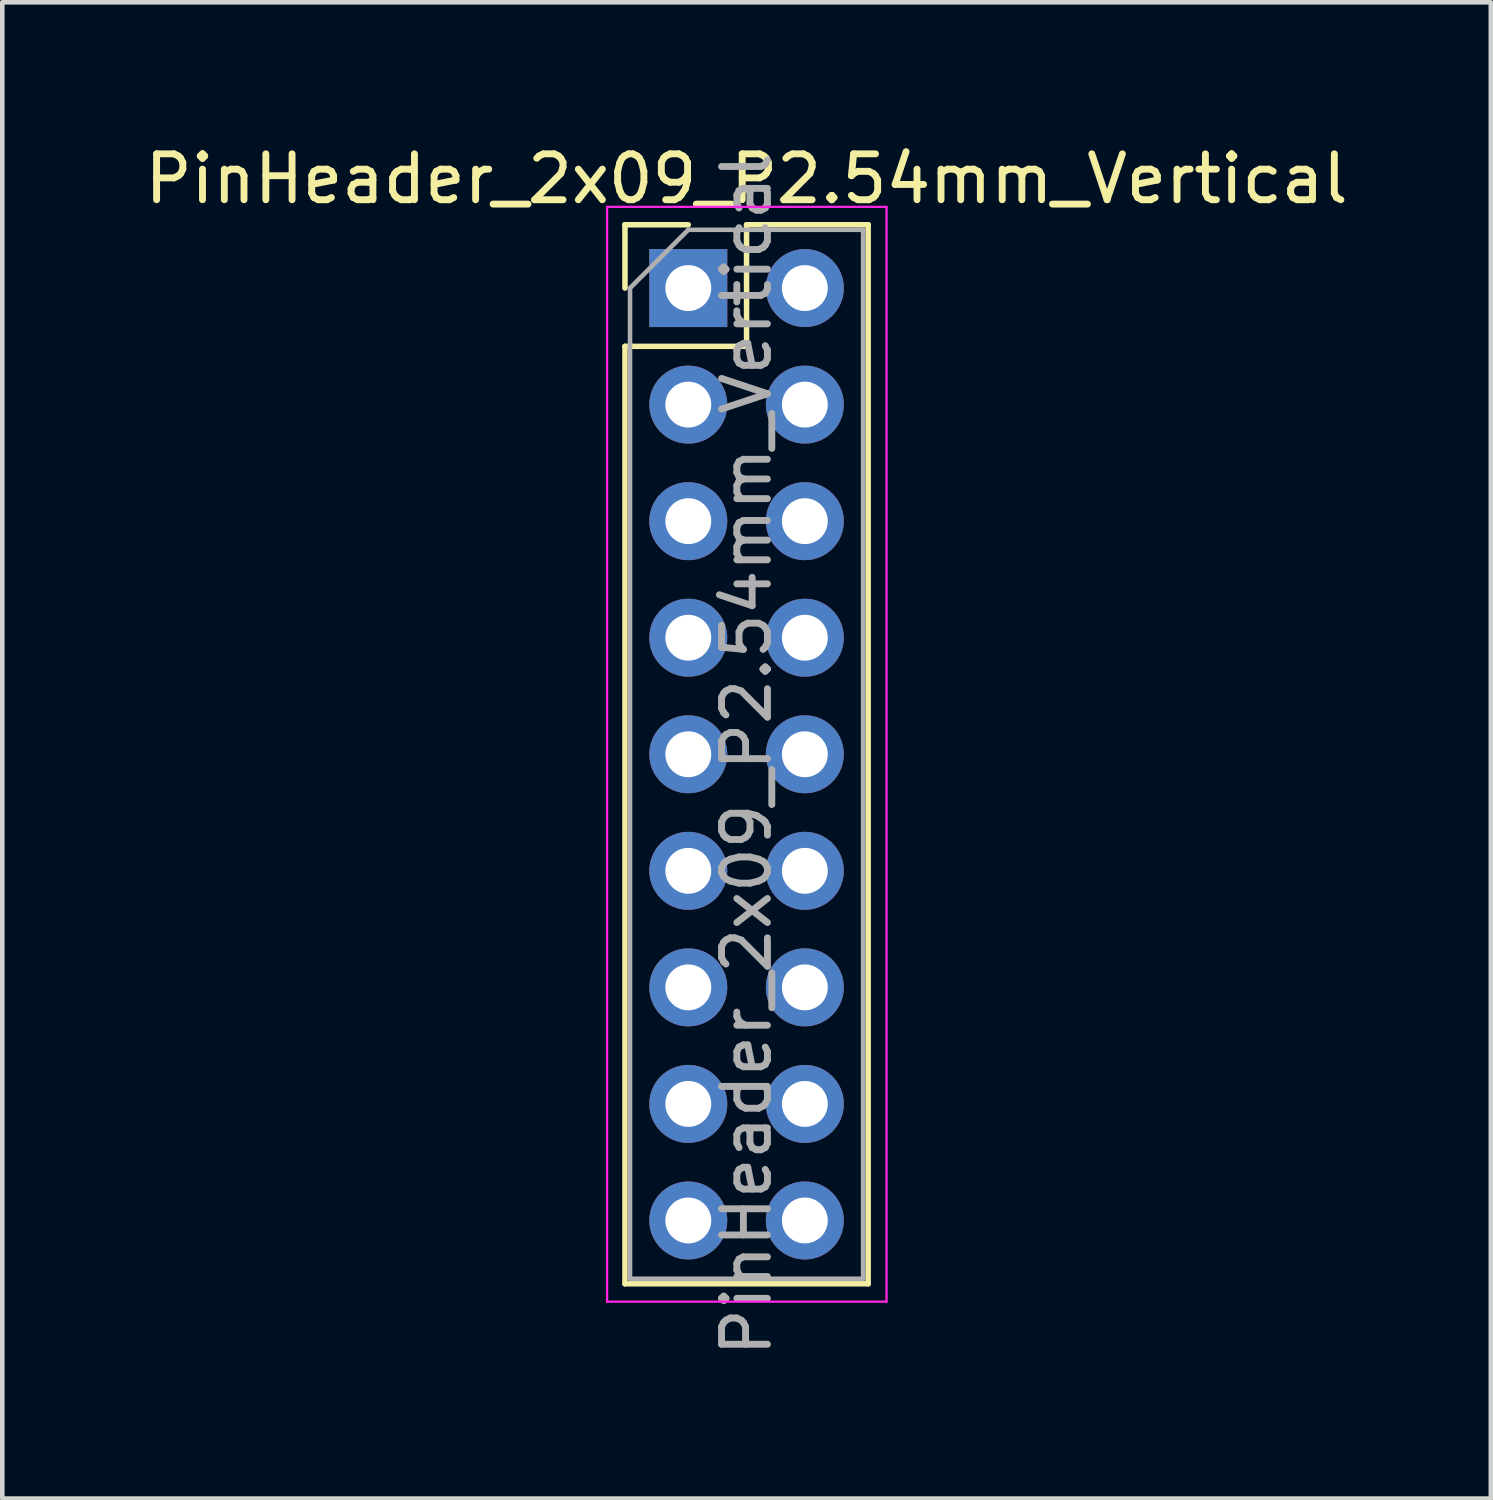
<source format=kicad_pcb>
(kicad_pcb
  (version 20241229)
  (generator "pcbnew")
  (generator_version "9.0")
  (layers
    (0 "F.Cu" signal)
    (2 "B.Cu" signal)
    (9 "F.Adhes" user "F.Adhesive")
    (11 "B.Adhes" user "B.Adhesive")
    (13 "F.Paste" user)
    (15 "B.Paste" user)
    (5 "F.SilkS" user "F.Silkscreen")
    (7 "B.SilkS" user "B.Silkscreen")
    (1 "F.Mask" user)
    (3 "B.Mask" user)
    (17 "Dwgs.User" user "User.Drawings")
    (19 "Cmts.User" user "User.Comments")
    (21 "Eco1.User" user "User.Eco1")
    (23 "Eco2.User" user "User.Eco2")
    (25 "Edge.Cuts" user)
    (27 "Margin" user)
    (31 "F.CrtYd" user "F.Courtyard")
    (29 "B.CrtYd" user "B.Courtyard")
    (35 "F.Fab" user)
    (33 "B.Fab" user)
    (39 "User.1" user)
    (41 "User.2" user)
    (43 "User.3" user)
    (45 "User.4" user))
  (footprint "PinHeader_2x09_P2.54mm_Vertical"
    (layer "F.Cu")
    (at 11.95 3.228)
    (property "Reference" "PinHeader_2x09_P2.54mm_Vertical" (at 1.27 -2.38 0) (layer "F.SilkS") (effects (font (size 1 1) (thickness 0.15))))
    (attr through_hole)
    (fp_line (start -1.38 -1.38) (end 0 -1.38) (stroke (width 0.12) (type solid)) (layer "F.SilkS"))
    (fp_line (start -1.38 0) (end -1.38 -1.38) (stroke (width 0.12) (type solid)) (layer "F.SilkS"))
    (fp_line (start -1.38 1.27) (end -1.38 21.7) (stroke (width 0.12) (type solid)) (layer "F.SilkS"))
    (fp_line (start -1.38 1.27) (end 1.27 1.27) (stroke (width 0.12) (type solid)) (layer "F.SilkS"))
    (fp_line (start -1.38 21.7) (end 3.92 21.7) (stroke (width 0.12) (type solid)) (layer "F.SilkS"))
    (fp_line (start 1.27 -1.38) (end 3.92 -1.38) (stroke (width 0.12) (type solid)) (layer "F.SilkS"))
    (fp_line (start 1.27 1.27) (end 1.27 -1.38) (stroke (width 0.12) (type solid)) (layer "F.SilkS"))
    (fp_line (start 3.92 -1.38) (end 3.92 21.7) (stroke (width 0.12) (type solid)) (layer "F.SilkS"))
    (fp_line (start -1.77 -1.77) (end -1.77 22.09) (stroke (width 0.05) (type solid)) (layer "F.CrtYd"))
    (fp_line (start -1.77 22.09) (end 4.32 22.09) (stroke (width 0.05) (type solid)) (layer "F.CrtYd"))
    (fp_line (start 4.32 -1.77) (end -1.77 -1.77) (stroke (width 0.05) (type solid)) (layer "F.CrtYd"))
    (fp_line (start 4.32 22.09) (end 4.32 -1.77) (stroke (width 0.05) (type solid)) (layer "F.CrtYd"))
    (fp_line (start -1.27 0) (end 0 -1.27) (stroke (width 0.1) (type solid)) (layer "F.Fab"))
    (fp_line (start -1.27 21.59) (end -1.27 0) (stroke (width 0.1) (type solid)) (layer "F.Fab"))
    (fp_line (start 0 -1.27) (end 3.81 -1.27) (stroke (width 0.1) (type solid)) (layer "F.Fab"))
    (fp_line (start 3.81 -1.27) (end 3.81 21.59) (stroke (width 0.1) (type solid)) (layer "F.Fab"))
    (fp_line (start 3.81 21.59) (end -1.27 21.59) (stroke (width 0.1) (type solid)) (layer "F.Fab"))
    (fp_text user "${REFERENCE}" (at 1.27 10.16 90) (layer "F.Fab") (effects (font (size 1 1) (thickness 0.15))))
    (pad "1" thru_hole rect (at 0 0) (size 1.7 1.7) (drill 1) (layers "*.Cu" "*.Mask"))
    (pad "2" thru_hole circle (at 2.54 0) (size 1.7 1.7) (drill 1) (layers "*.Cu" "*.Mask"))
    (pad "3" thru_hole circle (at 0 2.54) (size 1.7 1.7) (drill 1) (layers "*.Cu" "*.Mask"))
    (pad "4" thru_hole circle (at 2.54 2.54) (size 1.7 1.7) (drill 1) (layers "*.Cu" "*.Mask"))
    (pad "5" thru_hole circle (at 0 5.08) (size 1.7 1.7) (drill 1) (layers "*.Cu" "*.Mask"))
    (pad "6" thru_hole circle (at 2.54 5.08) (size 1.7 1.7) (drill 1) (layers "*.Cu" "*.Mask"))
    (pad "7" thru_hole circle (at 0 7.62) (size 1.7 1.7) (drill 1) (layers "*.Cu" "*.Mask"))
    (pad "8" thru_hole circle (at 2.54 7.62) (size 1.7 1.7) (drill 1) (layers "*.Cu" "*.Mask"))
    (pad "9" thru_hole circle (at 0 10.16) (size 1.7 1.7) (drill 1) (layers "*.Cu" "*.Mask"))
    (pad "10" thru_hole circle (at 2.54 10.16) (size 1.7 1.7) (drill 1) (layers "*.Cu" "*.Mask"))
    (pad "11" thru_hole circle (at 0 12.7) (size 1.7 1.7) (drill 1) (layers "*.Cu" "*.Mask"))
    (pad "12" thru_hole circle (at 2.54 12.7) (size 1.7 1.7) (drill 1) (layers "*.Cu" "*.Mask"))
    (pad "13" thru_hole circle (at 0 15.24) (size 1.7 1.7) (drill 1) (layers "*.Cu" "*.Mask"))
    (pad "14" thru_hole circle (at 2.54 15.24) (size 1.7 1.7) (drill 1) (layers "*.Cu" "*.Mask"))
    (pad "15" thru_hole circle (at 0 17.78) (size 1.7 1.7) (drill 1) (layers "*.Cu" "*.Mask"))
    (pad "16" thru_hole circle (at 2.54 17.78) (size 1.7 1.7) (drill 1) (layers "*.Cu" "*.Mask"))
    (pad "17" thru_hole circle (at 0 20.32) (size 1.7 1.7) (drill 1) (layers "*.Cu" "*.Mask"))
    (pad "18" thru_hole circle (at 2.54 20.32) (size 1.7 1.7) (drill 1) (layers "*.Cu" "*.Mask")))
  (gr_rect
    (start -3 -3)
    (end 29.44 29.608)
    (stroke (width 0.1) (type default))
    (fill no)
    (layer "Edge.Cuts")))
</source>
